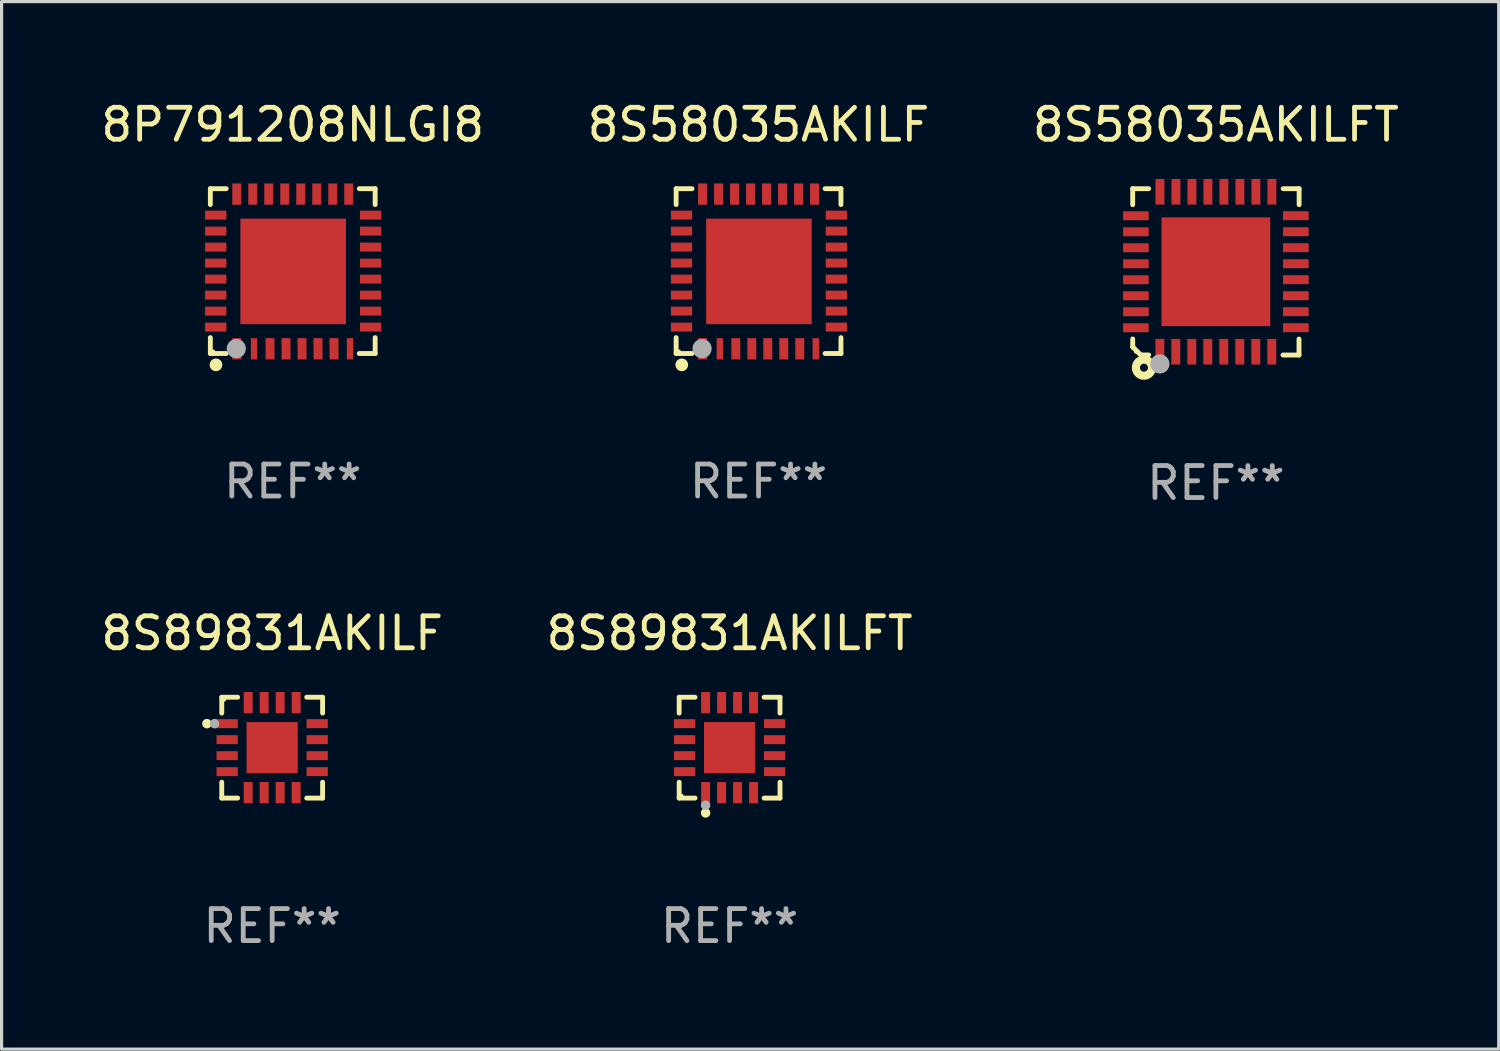
<source format=kicad_pcb>
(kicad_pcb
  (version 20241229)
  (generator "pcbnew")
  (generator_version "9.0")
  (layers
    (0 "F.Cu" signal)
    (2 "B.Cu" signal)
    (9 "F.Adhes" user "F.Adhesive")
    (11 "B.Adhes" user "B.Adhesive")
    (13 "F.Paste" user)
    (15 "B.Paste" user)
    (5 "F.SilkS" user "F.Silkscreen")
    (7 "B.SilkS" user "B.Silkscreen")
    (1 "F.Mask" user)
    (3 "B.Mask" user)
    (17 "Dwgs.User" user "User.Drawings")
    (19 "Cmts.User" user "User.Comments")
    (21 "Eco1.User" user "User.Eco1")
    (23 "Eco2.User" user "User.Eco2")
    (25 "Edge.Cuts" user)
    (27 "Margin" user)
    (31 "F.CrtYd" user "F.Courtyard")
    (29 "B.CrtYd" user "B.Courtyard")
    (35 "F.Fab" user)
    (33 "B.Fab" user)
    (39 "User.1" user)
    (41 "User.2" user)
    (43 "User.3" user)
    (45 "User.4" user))
  (footprint "8S58035AKILFT"
    (layer "F.Cu")
    (at 34.958 5.448)
    (property "Reference" "8S58035AKILFT" (at 0 -4.6 0) (layer "F.SilkS") (effects (font (size 1 1) (thickness 0.15))))
    (attr through_hole)
    (fp_line (start -2.601 2.097) (end -2.601 2.347) (stroke (width 0.152) (type solid)) (layer "F.SilkS"))
    (fp_line (start -2.601 2.347) (end -2.351 2.597) (stroke (width 0.152) (type solid)) (layer "F.SilkS"))
    (fp_line (start -2.601 -2.6) (end -2.601 -2.1) (stroke (width 0.152) (type solid)) (layer "F.SilkS"))
    (fp_line (start -2.601 -2.6) (end -2.101 -2.6) (stroke (width 0.152) (type solid)) (layer "F.SilkS"))
    (fp_line (start -2.351 2.597) (end -2.101 2.597) (stroke (width 0.152) (type solid)) (layer "F.SilkS"))
    (fp_line (start 2.597 2.6) (end 2.097 2.6) (stroke (width 0.152) (type solid)) (layer "F.SilkS"))
    (fp_line (start 2.597 2.6) (end 2.597 2.1) (stroke (width 0.152) (type solid)) (layer "F.SilkS"))
    (fp_line (start 2.601 -2.6) (end 2.101 -2.6) (stroke (width 0.152) (type solid)) (layer "F.SilkS"))
    (fp_line (start 2.601 -2.6) (end 2.601 -2.1) (stroke (width 0.152) (type solid)) (layer "F.SilkS"))
    (fp_circle (center -2.501 2.497) (end -2.471 2.497) (stroke (width 0.06) (type solid)) (fill no) (layer "F.SilkS"))
    (fp_circle (center -2.25 2.995) (end -2.125 2.995) (stroke (width 0.254) (type solid)) (fill no) (layer "F.SilkS"))
    (fp_circle (center -1.751 2.878) (end -1.601 2.878) (stroke (width 0.3) (type solid)) (fill no) (layer "F.Fab"))
    (fp_text user "REF**" (at 0 6.6 0) (layer "F.Fab") (effects (font (size 1 1) (thickness 0.15))))
    (pad "1" smd rect (at -1.751 2.497) (size 0.28 0.8) (layers "F.Cu" "F.Mask" "F.Paste"))
    (pad "2" smd rect (at -1.253 2.497) (size 0.28 0.8) (layers "F.Cu" "F.Mask" "F.Paste"))
    (pad "3" smd rect (at -0.753 2.497) (size 0.28 0.8) (layers "F.Cu" "F.Mask" "F.Paste"))
    (pad "4" smd rect (at -0.253 2.497) (size 0.28 0.8) (layers "F.Cu" "F.Mask" "F.Paste"))
    (pad "5" smd rect (at 0.247 2.497) (size 0.28 0.8) (layers "F.Cu" "F.Mask" "F.Paste"))
    (pad "6" smd rect (at 0.747 2.497) (size 0.28 0.8) (layers "F.Cu" "F.Mask" "F.Paste"))
    (pad "7" smd rect (at 1.247 2.497) (size 0.28 0.8) (layers "F.Cu" "F.Mask" "F.Paste"))
    (pad "8" smd rect (at 1.747 2.497) (size 0.28 0.8) (layers "F.Cu" "F.Mask" "F.Paste"))
    (pad "9" smd rect (at 2.499 1.746) (size 0.8 0.28) (layers "F.Cu" "F.Mask" "F.Paste"))
    (pad "10" smd rect (at 2.499 1.245) (size 0.8 0.28) (layers "F.Cu" "F.Mask" "F.Paste"))
    (pad "11" smd rect (at 2.499 0.746) (size 0.8 0.28) (layers "F.Cu" "F.Mask" "F.Paste"))
    (pad "12" smd rect (at 2.499 0.245) (size 0.8 0.28) (layers "F.Cu" "F.Mask" "F.Paste"))
    (pad "13" smd rect (at 2.499 -0.254) (size 0.8 0.28) (layers "F.Cu" "F.Mask" "F.Paste"))
    (pad "14" smd rect (at 2.499 -0.755) (size 0.8 0.28) (layers "F.Cu" "F.Mask" "F.Paste"))
    (pad "15" smd rect (at 2.499 -1.254) (size 0.8 0.28) (layers "F.Cu" "F.Mask" "F.Paste"))
    (pad "16" smd rect (at 2.499 -1.755) (size 0.8 0.28) (layers "F.Cu" "F.Mask" "F.Paste"))
    (pad "17" smd rect (at 1.75 -2.502) (size 0.28 0.8) (layers "F.Cu" "F.Mask" "F.Paste"))
    (pad "18" smd rect (at 1.25 -2.502) (size 0.28 0.8) (layers "F.Cu" "F.Mask" "F.Paste"))
    (pad "19" smd rect (at 0.75 -2.502) (size 0.28 0.8) (layers "F.Cu" "F.Mask" "F.Paste"))
    (pad "20" smd rect (at 0.25 -2.502) (size 0.28 0.8) (layers "F.Cu" "F.Mask" "F.Paste"))
    (pad "21" smd rect (at -0.25 -2.502) (size 0.28 0.8) (layers "F.Cu" "F.Mask" "F.Paste"))
    (pad "22" smd rect (at -0.75 -2.502) (size 0.28 0.8) (layers "F.Cu" "F.Mask" "F.Paste"))
    (pad "23" smd rect (at -1.25 -2.502) (size 0.28 0.8) (layers "F.Cu" "F.Mask" "F.Paste"))
    (pad "24" smd rect (at -1.75 -2.502) (size 0.28 0.8) (layers "F.Cu" "F.Mask" "F.Paste"))
    (pad "25" smd rect (at -2.501 -1.753) (size 0.8 0.28) (layers "F.Cu" "F.Mask" "F.Paste"))
    (pad "26" smd rect (at -2.501 -1.252) (size 0.8 0.28) (layers "F.Cu" "F.Mask" "F.Paste"))
    (pad "27" smd rect (at -2.501 -0.753) (size 0.8 0.28) (layers "F.Cu" "F.Mask" "F.Paste"))
    (pad "28" smd rect (at -2.501 -0.252) (size 0.8 0.28) (layers "F.Cu" "F.Mask" "F.Paste"))
    (pad "29" smd rect (at -2.501 0.247) (size 0.8 0.28) (layers "F.Cu" "F.Mask" "F.Paste"))
    (pad "30" smd rect (at -2.501 0.748) (size 0.8 0.28) (layers "F.Cu" "F.Mask" "F.Paste"))
    (pad "31" smd rect (at -2.501 1.247) (size 0.8 0.28) (layers "F.Cu" "F.Mask" "F.Paste"))
    (pad "32" smd rect (at -2.501 1.748) (size 0.8 0.28) (layers "F.Cu" "F.Mask" "F.Paste"))
    (pad "33" smd rect (at -0.001 -0.003 180) (size 3.4 3.4) (layers "F.Cu" "F.Mask" "F.Paste")))
  (footprint "8S89831AKILF"
    (layer "F.Cu")
    (at 5.458 20.321)
    (property "Reference" "8S89831AKILF" (at 0 -3.576 0) (layer "F.SilkS") (effects (font (size 1 1) (thickness 0.15))))
    (attr through_hole)
    (fp_line (start -1.576 -1.576) (end -1.576 -1.08) (stroke (width 0.152) (type solid)) (layer "F.SilkS"))
    (fp_line (start -1.576 1.576) (end -1.576 1.08) (stroke (width 0.152) (type solid)) (layer "F.SilkS"))
    (fp_line (start -1.08 -1.576) (end -1.576 -1.576) (stroke (width 0.152) (type solid)) (layer "F.SilkS"))
    (fp_line (start -1.08 1.576) (end -1.576 1.576) (stroke (width 0.152) (type solid)) (layer "F.SilkS"))
    (fp_line (start 1.08 -1.576) (end 1.576 -1.576) (stroke (width 0.152) (type solid)) (layer "F.SilkS"))
    (fp_line (start 1.08 1.576) (end 1.576 1.576) (stroke (width 0.152) (type solid)) (layer "F.SilkS"))
    (fp_line (start 1.576 -1.576) (end 1.576 -1.08) (stroke (width 0.152) (type solid)) (layer "F.SilkS"))
    (fp_line (start 1.576 1.576) (end 1.576 1.08) (stroke (width 0.152) (type solid)) (layer "F.SilkS"))
    (fp_circle (center -2.04 -0.75) (end -1.965 -0.75) (stroke (width 0.15) (type solid)) (fill no) (layer "F.SilkS"))
    (fp_circle (center -1.5 -1.5) (end -1.47 -1.5) (stroke (width 0.06) (type solid)) (fill no) (layer "F.SilkS"))
    (fp_circle (center -1.8 -0.75) (end -1.725 -0.75) (stroke (width 0.15) (type solid)) (fill no) (layer "F.Fab"))
    (fp_text user "REF**" (at 0 5.576 0) (layer "F.Fab") (effects (font (size 1 1) (thickness 0.15))))
    (pad "1" smd rect (at -1.407 -0.75 270) (size 0.28 0.665) (layers "F.Cu" "F.Mask" "F.Paste"))
    (pad "2" smd rect (at -1.407 -0.25 270) (size 0.28 0.665) (layers "F.Cu" "F.Mask" "F.Paste"))
    (pad "3" smd rect (at -1.407 0.25 270) (size 0.28 0.665) (layers "F.Cu" "F.Mask" "F.Paste"))
    (pad "4" smd rect (at -1.407 0.75 270) (size 0.28 0.665) (layers "F.Cu" "F.Mask" "F.Paste"))
    (pad "5" smd rect (at -0.75 1.407 270) (size 0.665 0.28) (layers "F.Cu" "F.Mask" "F.Paste"))
    (pad "6" smd rect (at -0.25 1.407 270) (size 0.665 0.28) (layers "F.Cu" "F.Mask" "F.Paste"))
    (pad "7" smd rect (at 0.25 1.407 270) (size 0.665 0.28) (layers "F.Cu" "F.Mask" "F.Paste"))
    (pad "8" smd rect (at 0.75 1.407 270) (size 0.665 0.28) (layers "F.Cu" "F.Mask" "F.Paste"))
    (pad "9" smd rect (at 1.407 0.75 270) (size 0.28 0.665) (layers "F.Cu" "F.Mask" "F.Paste"))
    (pad "10" smd rect (at 1.407 0.25 270) (size 0.28 0.665) (layers "F.Cu" "F.Mask" "F.Paste"))
    (pad "11" smd rect (at 1.407 -0.25 270) (size 0.28 0.665) (layers "F.Cu" "F.Mask" "F.Paste"))
    (pad "12" smd rect (at 1.407 -0.75 270) (size 0.28 0.665) (layers "F.Cu" "F.Mask" "F.Paste"))
    (pad "13" smd rect (at 0.75 -1.407 270) (size 0.665 0.28) (layers "F.Cu" "F.Mask" "F.Paste"))
    (pad "14" smd rect (at 0.25 -1.407 270) (size 0.665 0.28) (layers "F.Cu" "F.Mask" "F.Paste"))
    (pad "15" smd rect (at -0.25 -1.407 270) (size 0.665 0.28) (layers "F.Cu" "F.Mask" "F.Paste"))
    (pad "16" smd rect (at -0.75 -1.407 270) (size 0.665 0.28) (layers "F.Cu" "F.Mask" "F.Paste"))
    (pad "17" smd rect (at 0 0 270) (size 1.6 1.6) (layers "F.Cu" "F.Mask" "F.Paste")))
  (footprint "8P791208NLGI8"
    (layer "F.Cu")
    (at 6.101 5.424)
    (property "Reference" "8P791208NLGI8" (at 0 -4.576 0) (layer "F.SilkS") (effects (font (size 1 1) (thickness 0.15))))
    (attr through_hole)
    (fp_line (start -2.576 -2.576) (end -2.576 -2.08) (stroke (width 0.152) (type solid)) (layer "F.SilkS"))
    (fp_line (start -2.576 2.576) (end -2.576 2.08) (stroke (width 0.152) (type solid)) (layer "F.SilkS"))
    (fp_line (start -2.08 -2.576) (end -2.576 -2.576) (stroke (width 0.152) (type solid)) (layer "F.SilkS"))
    (fp_line (start -2.08 2.576) (end -2.576 2.576) (stroke (width 0.152) (type solid)) (layer "F.SilkS"))
    (fp_line (start 2.08 -2.576) (end 2.576 -2.576) (stroke (width 0.152) (type solid)) (layer "F.SilkS"))
    (fp_line (start 2.08 2.576) (end 2.576 2.576) (stroke (width 0.152) (type solid)) (layer "F.SilkS"))
    (fp_line (start 2.576 -2.576) (end 2.576 -2.08) (stroke (width 0.152) (type solid)) (layer "F.SilkS"))
    (fp_line (start 2.576 2.576) (end 2.576 2.08) (stroke (width 0.152) (type solid)) (layer "F.SilkS"))
    (fp_circle (center -2.487 2.51) (end -2.457 2.51) (stroke (width 0.06) (type solid)) (fill no) (layer "F.SilkS"))
    (fp_circle (center -2.4 2.931) (end -2.3 2.931) (stroke (width 0.2) (type solid)) (fill no) (layer "F.SilkS"))
    (fp_circle (center -1.765 2.423) (end -1.615 2.423) (stroke (width 0.3) (type solid)) (fill no) (layer "F.Fab"))
    (fp_text user "REF**" (at 0 6.576 0) (layer "F.Fab") (effects (font (size 1 1) (thickness 0.15))))
    (pad "1" smd rect (at -1.75 2.428) (size 0.28 0.665) (layers "F.Cu" "F.Mask" "F.Paste"))
    (pad "2" smd rect (at -1.21 2.428) (size 0.2 0.665) (layers "F.Cu" "F.Mask" "F.Paste"))
    (pad "3" smd rect (at -0.71 2.428) (size 0.28 0.665) (layers "F.Cu" "F.Mask" "F.Paste"))
    (pad "4" smd rect (at -0.21 2.428) (size 0.28 0.665) (layers "F.Cu" "F.Mask" "F.Paste"))
    (pad "5" smd rect (at 0.29 2.428) (size 0.28 0.665) (layers "F.Cu" "F.Mask" "F.Paste"))
    (pad "6" smd rect (at 0.79 2.428) (size 0.28 0.665) (layers "F.Cu" "F.Mask" "F.Paste"))
    (pad "7" smd rect (at 1.29 2.428) (size 0.28 0.665) (layers "F.Cu" "F.Mask" "F.Paste"))
    (pad "8" smd rect (at 1.79 2.428) (size 0.2 0.665) (layers "F.Cu" "F.Mask" "F.Paste"))
    (pad "9" smd rect (at 2.433 1.75) (size 0.665 0.28) (layers "F.Cu" "F.Mask" "F.Paste"))
    (pad "10" smd rect (at 2.433 1.25) (size 0.665 0.28) (layers "F.Cu" "F.Mask" "F.Paste"))
    (pad "11" smd rect (at 2.433 0.75) (size 0.665 0.28) (layers "F.Cu" "F.Mask" "F.Paste"))
    (pad "12" smd rect (at 2.433 0.25) (size 0.665 0.28) (layers "F.Cu" "F.Mask" "F.Paste"))
    (pad "13" smd rect (at 2.433 -0.25) (size 0.665 0.28) (layers "F.Cu" "F.Mask" "F.Paste"))
    (pad "14" smd rect (at 2.433 -0.75) (size 0.665 0.28) (layers "F.Cu" "F.Mask" "F.Paste"))
    (pad "15" smd rect (at 2.433 -1.25) (size 0.665 0.28) (layers "F.Cu" "F.Mask" "F.Paste"))
    (pad "16" smd rect (at 2.433 -1.75) (size 0.665 0.28) (layers "F.Cu" "F.Mask" "F.Paste"))
    (pad "17" smd rect (at 1.75 -2.407) (size 0.28 0.665) (layers "F.Cu" "F.Mask" "F.Paste"))
    (pad "18" smd rect (at 1.25 -2.407) (size 0.28 0.665) (layers "F.Cu" "F.Mask" "F.Paste"))
    (pad "19" smd rect (at 0.75 -2.407) (size 0.28 0.665) (layers "F.Cu" "F.Mask" "F.Paste"))
    (pad "20" smd rect (at 0.25 -2.407) (size 0.28 0.665) (layers "F.Cu" "F.Mask" "F.Paste"))
    (pad "21" smd rect (at -0.25 -2.407) (size 0.28 0.665) (layers "F.Cu" "F.Mask" "F.Paste"))
    (pad "22" smd rect (at -0.75 -2.407) (size 0.28 0.665) (layers "F.Cu" "F.Mask" "F.Paste"))
    (pad "23" smd rect (at -1.25 -2.407) (size 0.28 0.665) (layers "F.Cu" "F.Mask" "F.Paste"))
    (pad "24" smd rect (at -1.75 -2.407) (size 0.28 0.665) (layers "F.Cu" "F.Mask" "F.Paste"))
    (pad "25" smd rect (at -2.407 -1.75) (size 0.665 0.28) (layers "F.Cu" "F.Mask" "F.Paste"))
    (pad "26" smd rect (at -2.407 -1.25) (size 0.665 0.28) (layers "F.Cu" "F.Mask" "F.Paste"))
    (pad "27" smd rect (at -2.407 -0.75) (size 0.665 0.28) (layers "F.Cu" "F.Mask" "F.Paste"))
    (pad "28" smd rect (at -2.407 -0.25) (size 0.665 0.28) (layers "F.Cu" "F.Mask" "F.Paste"))
    (pad "29" smd rect (at -2.407 0.25) (size 0.665 0.28) (layers "F.Cu" "F.Mask" "F.Paste"))
    (pad "30" smd rect (at -2.407 0.75) (size 0.665 0.28) (layers "F.Cu" "F.Mask" "F.Paste"))
    (pad "31" smd rect (at -2.407 1.25) (size 0.665 0.28) (layers "F.Cu" "F.Mask" "F.Paste"))
    (pad "32" smd rect (at -2.407 1.75) (size 0.665 0.28) (layers "F.Cu" "F.Mask" "F.Paste"))
    (pad "33" smd rect (at 0.013 0.01) (size 3.3 3.3) (layers "F.Cu" "F.Mask" "F.Paste")))
  (footprint "8S89831AKILFT"
    (layer "F.Cu")
    (at 19.756 20.321)
    (property "Reference" "8S89831AKILFT" (at 0 -3.576 0) (layer "F.SilkS") (effects (font (size 1 1) (thickness 0.15))))
    (attr through_hole)
    (fp_line (start -1.576 -1.576) (end -1.08 -1.576) (stroke (width 0.152) (type solid)) (layer "F.SilkS"))
    (fp_line (start -1.576 -1.08) (end -1.576 -1.576) (stroke (width 0.152) (type solid)) (layer "F.SilkS"))
    (fp_line (start -1.576 1.08) (end -1.576 1.576) (stroke (width 0.152) (type solid)) (layer "F.SilkS"))
    (fp_line (start -1.576 1.576) (end -1.08 1.576) (stroke (width 0.152) (type solid)) (layer "F.SilkS"))
    (fp_line (start 1.576 -1.576) (end 1.08 -1.576) (stroke (width 0.152) (type solid)) (layer "F.SilkS"))
    (fp_line (start 1.576 -1.08) (end 1.576 -1.576) (stroke (width 0.152) (type solid)) (layer "F.SilkS"))
    (fp_line (start 1.576 1.08) (end 1.576 1.576) (stroke (width 0.152) (type solid)) (layer "F.SilkS"))
    (fp_line (start 1.576 1.576) (end 1.08 1.576) (stroke (width 0.152) (type solid)) (layer "F.SilkS"))
    (fp_circle (center -1.5 1.5) (end -1.47 1.5) (stroke (width 0.06) (type solid)) (fill no) (layer "F.SilkS"))
    (fp_circle (center -0.75 2.04) (end -0.675 2.04) (stroke (width 0.15) (type solid)) (fill no) (layer "F.SilkS"))
    (fp_circle (center -0.75 1.8) (end -0.675 1.8) (stroke (width 0.15) (type solid)) (fill no) (layer "F.Fab"))
    (fp_text user "REF**" (at 0 5.576 0) (layer "F.Fab") (effects (font (size 1 1) (thickness 0.15))))
    (pad "1" smd rect (at -0.75 1.407) (size 0.28 0.665) (layers "F.Cu" "F.Mask" "F.Paste"))
    (pad "2" smd rect (at -0.25 1.407) (size 0.28 0.665) (layers "F.Cu" "F.Mask" "F.Paste"))
    (pad "3" smd rect (at 0.25 1.407) (size 0.28 0.665) (layers "F.Cu" "F.Mask" "F.Paste"))
    (pad "4" smd rect (at 0.75 1.407) (size 0.28 0.665) (layers "F.Cu" "F.Mask" "F.Paste"))
    (pad "5" smd rect (at 1.407 0.75) (size 0.665 0.28) (layers "F.Cu" "F.Mask" "F.Paste"))
    (pad "6" smd rect (at 1.407 0.25) (size 0.665 0.28) (layers "F.Cu" "F.Mask" "F.Paste"))
    (pad "7" smd rect (at 1.407 -0.25) (size 0.665 0.28) (layers "F.Cu" "F.Mask" "F.Paste"))
    (pad "8" smd rect (at 1.407 -0.75) (size 0.665 0.28) (layers "F.Cu" "F.Mask" "F.Paste"))
    (pad "9" smd rect (at 0.75 -1.407) (size 0.28 0.665) (layers "F.Cu" "F.Mask" "F.Paste"))
    (pad "10" smd rect (at 0.25 -1.407) (size 0.28 0.665) (layers "F.Cu" "F.Mask" "F.Paste"))
    (pad "11" smd rect (at -0.25 -1.407) (size 0.28 0.665) (layers "F.Cu" "F.Mask" "F.Paste"))
    (pad "12" smd rect (at -0.75 -1.407) (size 0.28 0.665) (layers "F.Cu" "F.Mask" "F.Paste"))
    (pad "13" smd rect (at -1.407 -0.75) (size 0.665 0.28) (layers "F.Cu" "F.Mask" "F.Paste"))
    (pad "14" smd rect (at -1.407 -0.25) (size 0.665 0.28) (layers "F.Cu" "F.Mask" "F.Paste"))
    (pad "15" smd rect (at -1.407 0.25) (size 0.665 0.28) (layers "F.Cu" "F.Mask" "F.Paste"))
    (pad "16" smd rect (at -1.407 0.75) (size 0.665 0.28) (layers "F.Cu" "F.Mask" "F.Paste"))
    (pad "17" smd rect (at 0 0) (size 1.6 1.6) (layers "F.Cu" "F.Mask" "F.Paste")))
  (footprint "8S58035AKILF"
    (layer "F.Cu")
    (at 20.661 5.424)
    (property "Reference" "8S58035AKILF" (at 0 -4.576 0) (layer "F.SilkS") (effects (font (size 1 1) (thickness 0.15))))
    (attr through_hole)
    (fp_line (start -2.576 -2.576) (end -2.576 -2.08) (stroke (width 0.152) (type solid)) (layer "F.SilkS"))
    (fp_line (start -2.576 2.576) (end -2.576 2.08) (stroke (width 0.152) (type solid)) (layer "F.SilkS"))
    (fp_line (start -2.08 -2.576) (end -2.576 -2.576) (stroke (width 0.152) (type solid)) (layer "F.SilkS"))
    (fp_line (start -2.08 2.576) (end -2.576 2.576) (stroke (width 0.152) (type solid)) (layer "F.SilkS"))
    (fp_line (start 2.08 -2.576) (end 2.576 -2.576) (stroke (width 0.152) (type solid)) (layer "F.SilkS"))
    (fp_line (start 2.08 2.576) (end 2.576 2.576) (stroke (width 0.152) (type solid)) (layer "F.SilkS"))
    (fp_line (start 2.576 -2.576) (end 2.576 -2.08) (stroke (width 0.152) (type solid)) (layer "F.SilkS"))
    (fp_line (start 2.576 2.576) (end 2.576 2.08) (stroke (width 0.152) (type solid)) (layer "F.SilkS"))
    (fp_circle (center -2.487 2.51) (end -2.457 2.51) (stroke (width 0.06) (type solid)) (fill no) (layer "F.SilkS"))
    (fp_circle (center -2.4 2.931) (end -2.3 2.931) (stroke (width 0.2) (type solid)) (fill no) (layer "F.SilkS"))
    (fp_circle (center -1.765 2.423) (end -1.615 2.423) (stroke (width 0.3) (type solid)) (fill no) (layer "F.Fab"))
    (fp_text user "REF**" (at 0 6.576 0) (layer "F.Fab") (effects (font (size 1 1) (thickness 0.15))))
    (pad "1" smd rect (at -1.75 2.428) (size 0.28 0.665) (layers "F.Cu" "F.Mask" "F.Paste"))
    (pad "2" smd rect (at -1.21 2.428) (size 0.2 0.665) (layers "F.Cu" "F.Mask" "F.Paste"))
    (pad "3" smd rect (at -0.71 2.428) (size 0.28 0.665) (layers "F.Cu" "F.Mask" "F.Paste"))
    (pad "4" smd rect (at -0.21 2.428) (size 0.28 0.665) (layers "F.Cu" "F.Mask" "F.Paste"))
    (pad "5" smd rect (at 0.29 2.428) (size 0.28 0.665) (layers "F.Cu" "F.Mask" "F.Paste"))
    (pad "6" smd rect (at 0.79 2.428) (size 0.28 0.665) (layers "F.Cu" "F.Mask" "F.Paste"))
    (pad "7" smd rect (at 1.29 2.428) (size 0.28 0.665) (layers "F.Cu" "F.Mask" "F.Paste"))
    (pad "8" smd rect (at 1.79 2.428) (size 0.2 0.665) (layers "F.Cu" "F.Mask" "F.Paste"))
    (pad "9" smd rect (at 2.433 1.75) (size 0.665 0.28) (layers "F.Cu" "F.Mask" "F.Paste"))
    (pad "10" smd rect (at 2.433 1.25) (size 0.665 0.28) (layers "F.Cu" "F.Mask" "F.Paste"))
    (pad "11" smd rect (at 2.433 0.75) (size 0.665 0.28) (layers "F.Cu" "F.Mask" "F.Paste"))
    (pad "12" smd rect (at 2.433 0.25) (size 0.665 0.28) (layers "F.Cu" "F.Mask" "F.Paste"))
    (pad "13" smd rect (at 2.433 -0.25) (size 0.665 0.28) (layers "F.Cu" "F.Mask" "F.Paste"))
    (pad "14" smd rect (at 2.433 -0.75) (size 0.665 0.28) (layers "F.Cu" "F.Mask" "F.Paste"))
    (pad "15" smd rect (at 2.433 -1.25) (size 0.665 0.28) (layers "F.Cu" "F.Mask" "F.Paste"))
    (pad "16" smd rect (at 2.433 -1.75) (size 0.665 0.28) (layers "F.Cu" "F.Mask" "F.Paste"))
    (pad "17" smd rect (at 1.75 -2.407) (size 0.28 0.665) (layers "F.Cu" "F.Mask" "F.Paste"))
    (pad "18" smd rect (at 1.25 -2.407) (size 0.28 0.665) (layers "F.Cu" "F.Mask" "F.Paste"))
    (pad "19" smd rect (at 0.75 -2.407) (size 0.28 0.665) (layers "F.Cu" "F.Mask" "F.Paste"))
    (pad "20" smd rect (at 0.25 -2.407) (size 0.28 0.665) (layers "F.Cu" "F.Mask" "F.Paste"))
    (pad "21" smd rect (at -0.25 -2.407) (size 0.28 0.665) (layers "F.Cu" "F.Mask" "F.Paste"))
    (pad "22" smd rect (at -0.75 -2.407) (size 0.28 0.665) (layers "F.Cu" "F.Mask" "F.Paste"))
    (pad "23" smd rect (at -1.25 -2.407) (size 0.28 0.665) (layers "F.Cu" "F.Mask" "F.Paste"))
    (pad "24" smd rect (at -1.75 -2.407) (size 0.28 0.665) (layers "F.Cu" "F.Mask" "F.Paste"))
    (pad "25" smd rect (at -2.407 -1.75) (size 0.665 0.28) (layers "F.Cu" "F.Mask" "F.Paste"))
    (pad "26" smd rect (at -2.407 -1.25) (size 0.665 0.28) (layers "F.Cu" "F.Mask" "F.Paste"))
    (pad "27" smd rect (at -2.407 -0.75) (size 0.665 0.28) (layers "F.Cu" "F.Mask" "F.Paste"))
    (pad "28" smd rect (at -2.407 -0.25) (size 0.665 0.28) (layers "F.Cu" "F.Mask" "F.Paste"))
    (pad "29" smd rect (at -2.407 0.25) (size 0.665 0.28) (layers "F.Cu" "F.Mask" "F.Paste"))
    (pad "30" smd rect (at -2.407 0.75) (size 0.665 0.28) (layers "F.Cu" "F.Mask" "F.Paste"))
    (pad "31" smd rect (at -2.407 1.25) (size 0.665 0.28) (layers "F.Cu" "F.Mask" "F.Paste"))
    (pad "32" smd rect (at -2.407 1.75) (size 0.665 0.28) (layers "F.Cu" "F.Mask" "F.Paste"))
    (pad "33" smd rect (at 0.013 0.01) (size 3.3 3.3) (layers "F.Cu" "F.Mask" "F.Paste")))
  (gr_rect
    (start -3 -3)
    (end 43.798 29.745)
    (stroke (width 0.1) (type default))
    (fill no)
    (layer "Edge.Cuts")))
</source>
